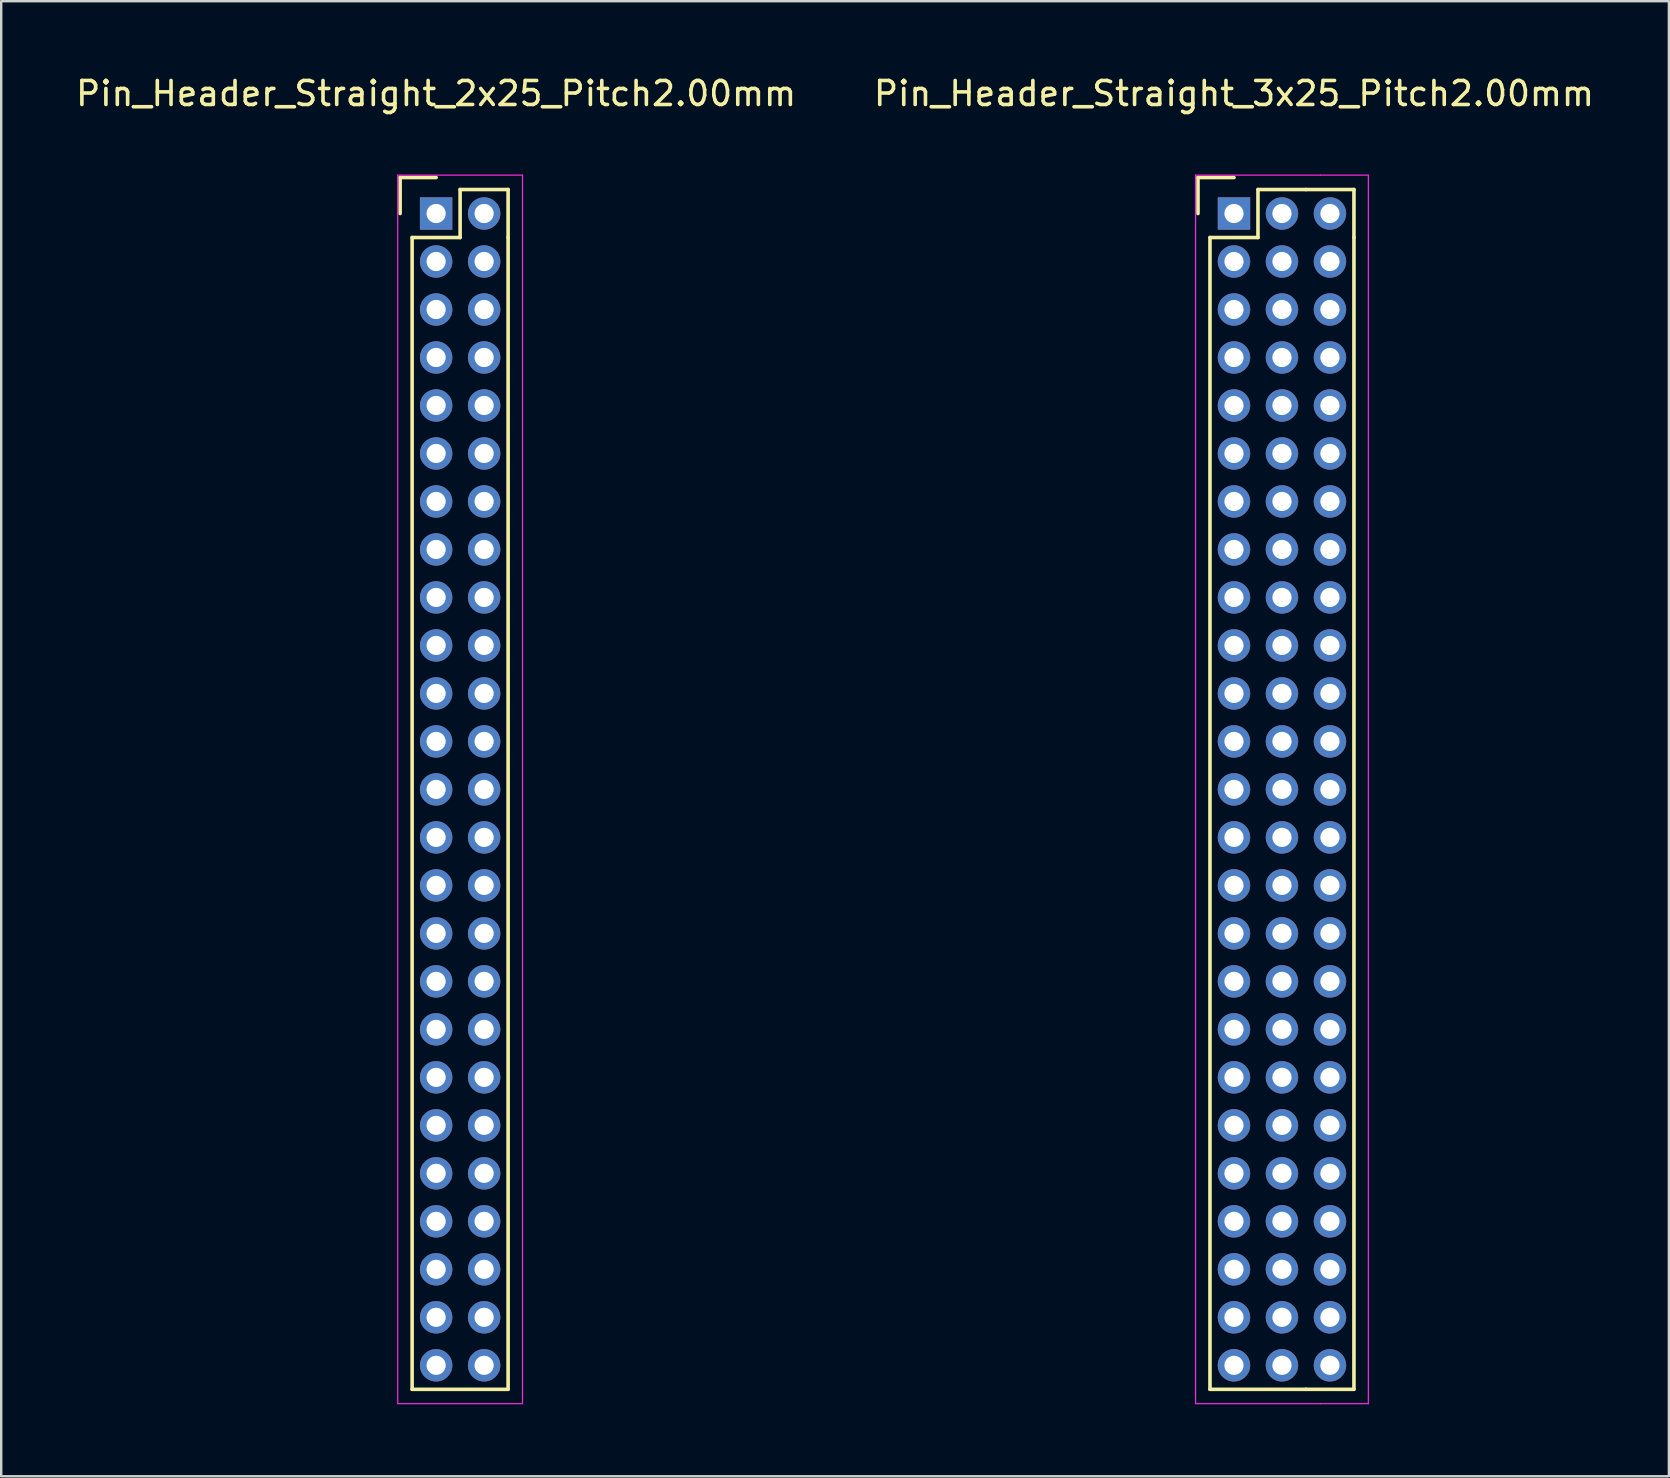
<source format=kicad_pcb>
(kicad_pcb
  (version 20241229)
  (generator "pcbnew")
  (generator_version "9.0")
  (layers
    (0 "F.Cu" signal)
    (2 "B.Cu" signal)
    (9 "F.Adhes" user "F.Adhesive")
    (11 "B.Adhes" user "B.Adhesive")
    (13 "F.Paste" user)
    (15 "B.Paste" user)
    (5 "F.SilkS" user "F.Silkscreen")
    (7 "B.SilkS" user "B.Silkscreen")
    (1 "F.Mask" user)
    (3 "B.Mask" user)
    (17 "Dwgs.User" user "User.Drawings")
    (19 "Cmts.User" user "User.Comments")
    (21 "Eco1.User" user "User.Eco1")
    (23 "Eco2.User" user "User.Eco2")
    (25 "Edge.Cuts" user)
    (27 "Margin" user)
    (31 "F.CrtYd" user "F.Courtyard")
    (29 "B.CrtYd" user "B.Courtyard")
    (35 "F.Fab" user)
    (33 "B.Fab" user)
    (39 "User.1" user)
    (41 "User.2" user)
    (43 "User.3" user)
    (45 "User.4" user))
  (footprint "Pin_Header_Straight_2x25_Pitch2.00mm"
    (layer "F.Cu")
    (at 15.125 5.848)
    (property "Reference" "Pin_Header_Straight_2x25_Pitch2.00mm" (at 0 -5 0) (layer "F.SilkS") (effects (font (size 1 1) (thickness 0.15))))
    (attr through_hole)
    (fp_line (start -1.5 -1.5) (end 0 -1.5) (stroke (width 0.15) (type solid)) (layer "F.SilkS"))
    (fp_line (start -1.5 0) (end -1.5 -1.5) (stroke (width 0.15) (type solid)) (layer "F.SilkS"))
    (fp_line (start -1 1) (end 1 1) (stroke (width 0.15) (type solid)) (layer "F.SilkS"))
    (fp_line (start -1 49) (end -1 1) (stroke (width 0.15) (type solid)) (layer "F.SilkS"))
    (fp_line (start 1 -1) (end 3 -1) (stroke (width 0.15) (type solid)) (layer "F.SilkS"))
    (fp_line (start 1 1) (end 1 -1) (stroke (width 0.15) (type solid)) (layer "F.SilkS"))
    (fp_line (start 3 -1) (end 3 1) (stroke (width 0.15) (type solid)) (layer "F.SilkS"))
    (fp_line (start 3 1) (end 3 49) (stroke (width 0.15) (type solid)) (layer "F.SilkS"))
    (fp_line (start 3 49) (end -1 49) (stroke (width 0.15) (type solid)) (layer "F.SilkS"))
    (fp_line (start -1.6 -1.6) (end 3.6 -1.6) (stroke (width 0.05) (type solid)) (layer "F.CrtYd"))
    (fp_line (start -1.6 49.6) (end -1.6 -1.6) (stroke (width 0.05) (type solid)) (layer "F.CrtYd"))
    (fp_line (start 3.6 -1.6) (end 3.6 49.6) (stroke (width 0.05) (type solid)) (layer "F.CrtYd"))
    (fp_line (start 3.6 49.6) (end -1.6 49.6) (stroke (width 0.05) (type solid)) (layer "F.CrtYd"))
    (pad "1" thru_hole rect (at 0 0) (size 1.35 1.35) (drill 0.8) (layers "*.Cu" "*.Mask"))
    (pad "2" thru_hole circle (at 2 0) (size 1.35 1.35) (drill 0.8) (layers "*.Cu" "*.Mask"))
    (pad "3" thru_hole circle (at 0 2) (size 1.35 1.35) (drill 0.8) (layers "*.Cu" "*.Mask"))
    (pad "4" thru_hole circle (at 2 2) (size 1.35 1.35) (drill 0.8) (layers "*.Cu" "*.Mask"))
    (pad "5" thru_hole circle (at 0 4) (size 1.35 1.35) (drill 0.8) (layers "*.Cu" "*.Mask"))
    (pad "6" thru_hole circle (at 2 4) (size 1.35 1.35) (drill 0.8) (layers "*.Cu" "*.Mask"))
    (pad "7" thru_hole circle (at 0 6) (size 1.35 1.35) (drill 0.8) (layers "*.Cu" "*.Mask"))
    (pad "8" thru_hole circle (at 2 6) (size 1.35 1.35) (drill 0.8) (layers "*.Cu" "*.Mask"))
    (pad "9" thru_hole circle (at 0 8) (size 1.35 1.35) (drill 0.8) (layers "*.Cu" "*.Mask"))
    (pad "10" thru_hole circle (at 2 8) (size 1.35 1.35) (drill 0.8) (layers "*.Cu" "*.Mask"))
    (pad "11" thru_hole circle (at 0 10) (size 1.35 1.35) (drill 0.8) (layers "*.Cu" "*.Mask"))
    (pad "12" thru_hole circle (at 2 10) (size 1.35 1.35) (drill 0.8) (layers "*.Cu" "*.Mask"))
    (pad "13" thru_hole circle (at 0 12) (size 1.35 1.35) (drill 0.8) (layers "*.Cu" "*.Mask"))
    (pad "14" thru_hole circle (at 2 12) (size 1.35 1.35) (drill 0.8) (layers "*.Cu" "*.Mask"))
    (pad "15" thru_hole circle (at 0 14) (size 1.35 1.35) (drill 0.8) (layers "*.Cu" "*.Mask"))
    (pad "16" thru_hole circle (at 2 14) (size 1.35 1.35) (drill 0.8) (layers "*.Cu" "*.Mask"))
    (pad "17" thru_hole circle (at 0 16) (size 1.35 1.35) (drill 0.8) (layers "*.Cu" "*.Mask"))
    (pad "18" thru_hole circle (at 2 16) (size 1.35 1.35) (drill 0.8) (layers "*.Cu" "*.Mask"))
    (pad "19" thru_hole circle (at 0 18) (size 1.35 1.35) (drill 0.8) (layers "*.Cu" "*.Mask"))
    (pad "20" thru_hole circle (at 2 18) (size 1.35 1.35) (drill 0.8) (layers "*.Cu" "*.Mask"))
    (pad "21" thru_hole circle (at 0 20) (size 1.35 1.35) (drill 0.8) (layers "*.Cu" "*.Mask"))
    (pad "22" thru_hole circle (at 2 20) (size 1.35 1.35) (drill 0.8) (layers "*.Cu" "*.Mask"))
    (pad "23" thru_hole circle (at 0 22) (size 1.35 1.35) (drill 0.8) (layers "*.Cu" "*.Mask"))
    (pad "24" thru_hole circle (at 2 22) (size 1.35 1.35) (drill 0.8) (layers "*.Cu" "*.Mask"))
    (pad "25" thru_hole circle (at 0 24) (size 1.35 1.35) (drill 0.8) (layers "*.Cu" "*.Mask"))
    (pad "26" thru_hole circle (at 2 24) (size 1.35 1.35) (drill 0.8) (layers "*.Cu" "*.Mask"))
    (pad "27" thru_hole circle (at 0 26) (size 1.35 1.35) (drill 0.8) (layers "*.Cu" "*.Mask"))
    (pad "28" thru_hole circle (at 2 26) (size 1.35 1.35) (drill 0.8) (layers "*.Cu" "*.Mask"))
    (pad "29" thru_hole circle (at 0 28) (size 1.35 1.35) (drill 0.8) (layers "*.Cu" "*.Mask"))
    (pad "30" thru_hole circle (at 2 28) (size 1.35 1.35) (drill 0.8) (layers "*.Cu" "*.Mask"))
    (pad "31" thru_hole circle (at 0 30) (size 1.35 1.35) (drill 0.8) (layers "*.Cu" "*.Mask"))
    (pad "32" thru_hole circle (at 2 30) (size 1.35 1.35) (drill 0.8) (layers "*.Cu" "*.Mask"))
    (pad "33" thru_hole circle (at 0 32) (size 1.35 1.35) (drill 0.8) (layers "*.Cu" "*.Mask"))
    (pad "34" thru_hole circle (at 2 32) (size 1.35 1.35) (drill 0.8) (layers "*.Cu" "*.Mask"))
    (pad "35" thru_hole circle (at 0 34) (size 1.35 1.35) (drill 0.8) (layers "*.Cu" "*.Mask"))
    (pad "36" thru_hole circle (at 2 34) (size 1.35 1.35) (drill 0.8) (layers "*.Cu" "*.Mask"))
    (pad "37" thru_hole circle (at 0 36) (size 1.35 1.35) (drill 0.8) (layers "*.Cu" "*.Mask"))
    (pad "38" thru_hole circle (at 2 36) (size 1.35 1.35) (drill 0.8) (layers "*.Cu" "*.Mask"))
    (pad "39" thru_hole circle (at 0 38) (size 1.35 1.35) (drill 0.8) (layers "*.Cu" "*.Mask"))
    (pad "40" thru_hole circle (at 2 38) (size 1.35 1.35) (drill 0.8) (layers "*.Cu" "*.Mask"))
    (pad "41" thru_hole circle (at 0 40) (size 1.35 1.35) (drill 0.8) (layers "*.Cu" "*.Mask"))
    (pad "42" thru_hole circle (at 2 40) (size 1.35 1.35) (drill 0.8) (layers "*.Cu" "*.Mask"))
    (pad "43" thru_hole circle (at 0 42) (size 1.35 1.35) (drill 0.8) (layers "*.Cu" "*.Mask"))
    (pad "44" thru_hole circle (at 2 42) (size 1.35 1.35) (drill 0.8) (layers "*.Cu" "*.Mask"))
    (pad "45" thru_hole circle (at 0 44) (size 1.35 1.35) (drill 0.8) (layers "*.Cu" "*.Mask"))
    (pad "46" thru_hole circle (at 2 44) (size 1.35 1.35) (drill 0.8) (layers "*.Cu" "*.Mask"))
    (pad "47" thru_hole circle (at 0 46) (size 1.35 1.35) (drill 0.8) (layers "*.Cu" "*.Mask"))
    (pad "48" thru_hole circle (at 2 46) (size 1.35 1.35) (drill 0.8) (layers "*.Cu" "*.Mask"))
    (pad "49" thru_hole circle (at 0 48) (size 1.35 1.35) (drill 0.8) (layers "*.Cu" "*.Mask"))
    (pad "50" thru_hole circle (at 2 48) (size 1.35 1.35) (drill 0.8) (layers "*.Cu" "*.Mask")))
  (footprint "Pin_Header_Straight_3x25_Pitch2.00mm"
    (layer "F.Cu")
    (at 48.375 5.848)
    (property "Reference" "Pin_Header_Straight_3x25_Pitch2.00mm" (at 0 -5 0) (layer "F.SilkS") (effects (font (size 1 1) (thickness 0.15))))
    (attr through_hole)
    (fp_line (start -1.5 -1.5) (end 0 -1.5) (stroke (width 0.15) (type solid)) (layer "F.SilkS"))
    (fp_line (start -1.5 0) (end -1.5 -1.5) (stroke (width 0.15) (type solid)) (layer "F.SilkS"))
    (fp_line (start -1 1) (end 1 1) (stroke (width 0.15) (type solid)) (layer "F.SilkS"))
    (fp_line (start -1 49) (end -1 1) (stroke (width 0.15) (type solid)) (layer "F.SilkS"))
    (fp_line (start 1 -1) (end 3 -1) (stroke (width 0.15) (type solid)) (layer "F.SilkS"))
    (fp_line (start 1 1) (end 1 -1) (stroke (width 0.15) (type solid)) (layer "F.SilkS"))
    (fp_line (start 3 -1) (end 5 -1) (stroke (width 0.15) (type solid)) (layer "F.SilkS"))
    (fp_line (start 3 49) (end -1 49) (stroke (width 0.15) (type solid)) (layer "F.SilkS"))
    (fp_line (start 3 49) (end 5 49) (stroke (width 0.15) (type solid)) (layer "F.SilkS"))
    (fp_line (start 5 -1) (end 5 1) (stroke (width 0.15) (type solid)) (layer "F.SilkS"))
    (fp_line (start 5 1) (end 5 49) (stroke (width 0.15) (type solid)) (layer "F.SilkS"))
    (fp_line (start -1.6 -1.6) (end 3.6 -1.6) (stroke (width 0.05) (type solid)) (layer "F.CrtYd"))
    (fp_line (start -1.6 49.6) (end -1.6 -1.6) (stroke (width 0.05) (type solid)) (layer "F.CrtYd"))
    (fp_line (start 3.6 -1.6) (end 5.6 -1.6) (stroke (width 0.05) (type solid)) (layer "F.CrtYd"))
    (fp_line (start 3.6 49.6) (end -1.6 49.6) (stroke (width 0.05) (type solid)) (layer "F.CrtYd"))
    (fp_line (start 3.6 49.6) (end 5.6 49.6) (stroke (width 0.05) (type solid)) (layer "F.CrtYd"))
    (fp_line (start 5.6 -1.6) (end 5.6 49.6) (stroke (width 0.05) (type solid)) (layer "F.CrtYd"))
    (pad "1" thru_hole rect (at 0 0) (size 1.35 1.35) (drill 0.8) (layers "*.Cu" "*.Mask"))
    (pad "2" thru_hole circle (at 2 0) (size 1.35 1.35) (drill 0.8) (layers "*.Cu" "*.Mask"))
    (pad "3" thru_hole circle (at 4 0) (size 1.35 1.35) (drill 0.8) (layers "*.Cu" "*.Mask"))
    (pad "4" thru_hole circle (at 0 2) (size 1.35 1.35) (drill 0.8) (layers "*.Cu" "*.Mask"))
    (pad "5" thru_hole circle (at 2 2) (size 1.35 1.35) (drill 0.8) (layers "*.Cu" "*.Mask"))
    (pad "6" thru_hole circle (at 4 2) (size 1.35 1.35) (drill 0.8) (layers "*.Cu" "*.Mask"))
    (pad "7" thru_hole circle (at 0 4) (size 1.35 1.35) (drill 0.8) (layers "*.Cu" "*.Mask"))
    (pad "8" thru_hole circle (at 2 4) (size 1.35 1.35) (drill 0.8) (layers "*.Cu" "*.Mask"))
    (pad "9" thru_hole circle (at 4 4) (size 1.35 1.35) (drill 0.8) (layers "*.Cu" "*.Mask"))
    (pad "10" thru_hole circle (at 0 6) (size 1.35 1.35) (drill 0.8) (layers "*.Cu" "*.Mask"))
    (pad "11" thru_hole circle (at 2 6) (size 1.35 1.35) (drill 0.8) (layers "*.Cu" "*.Mask"))
    (pad "12" thru_hole circle (at 4 6) (size 1.35 1.35) (drill 0.8) (layers "*.Cu" "*.Mask"))
    (pad "13" thru_hole circle (at 0 8) (size 1.35 1.35) (drill 0.8) (layers "*.Cu" "*.Mask"))
    (pad "14" thru_hole circle (at 2 8) (size 1.35 1.35) (drill 0.8) (layers "*.Cu" "*.Mask"))
    (pad "15" thru_hole circle (at 4 8) (size 1.35 1.35) (drill 0.8) (layers "*.Cu" "*.Mask"))
    (pad "16" thru_hole circle (at 0 10) (size 1.35 1.35) (drill 0.8) (layers "*.Cu" "*.Mask"))
    (pad "17" thru_hole circle (at 2 10) (size 1.35 1.35) (drill 0.8) (layers "*.Cu" "*.Mask"))
    (pad "18" thru_hole circle (at 4 10) (size 1.35 1.35) (drill 0.8) (layers "*.Cu" "*.Mask"))
    (pad "19" thru_hole circle (at 0 12) (size 1.35 1.35) (drill 0.8) (layers "*.Cu" "*.Mask"))
    (pad "20" thru_hole circle (at 2 12) (size 1.35 1.35) (drill 0.8) (layers "*.Cu" "*.Mask"))
    (pad "21" thru_hole circle (at 4 12) (size 1.35 1.35) (drill 0.8) (layers "*.Cu" "*.Mask"))
    (pad "22" thru_hole circle (at 0 14) (size 1.35 1.35) (drill 0.8) (layers "*.Cu" "*.Mask"))
    (pad "23" thru_hole circle (at 2 14) (size 1.35 1.35) (drill 0.8) (layers "*.Cu" "*.Mask"))
    (pad "24" thru_hole circle (at 4 14) (size 1.35 1.35) (drill 0.8) (layers "*.Cu" "*.Mask"))
    (pad "25" thru_hole circle (at 0 16) (size 1.35 1.35) (drill 0.8) (layers "*.Cu" "*.Mask"))
    (pad "26" thru_hole circle (at 2 16) (size 1.35 1.35) (drill 0.8) (layers "*.Cu" "*.Mask"))
    (pad "27" thru_hole circle (at 4 16) (size 1.35 1.35) (drill 0.8) (layers "*.Cu" "*.Mask"))
    (pad "28" thru_hole circle (at 0 18) (size 1.35 1.35) (drill 0.8) (layers "*.Cu" "*.Mask"))
    (pad "29" thru_hole circle (at 2 18) (size 1.35 1.35) (drill 0.8) (layers "*.Cu" "*.Mask"))
    (pad "30" thru_hole circle (at 4 18) (size 1.35 1.35) (drill 0.8) (layers "*.Cu" "*.Mask"))
    (pad "31" thru_hole circle (at 0 20) (size 1.35 1.35) (drill 0.8) (layers "*.Cu" "*.Mask"))
    (pad "32" thru_hole circle (at 2 20) (size 1.35 1.35) (drill 0.8) (layers "*.Cu" "*.Mask"))
    (pad "33" thru_hole circle (at 4 20) (size 1.35 1.35) (drill 0.8) (layers "*.Cu" "*.Mask"))
    (pad "34" thru_hole circle (at 0 22) (size 1.35 1.35) (drill 0.8) (layers "*.Cu" "*.Mask"))
    (pad "35" thru_hole circle (at 2 22) (size 1.35 1.35) (drill 0.8) (layers "*.Cu" "*.Mask"))
    (pad "36" thru_hole circle (at 4 22) (size 1.35 1.35) (drill 0.8) (layers "*.Cu" "*.Mask"))
    (pad "37" thru_hole circle (at 0 24) (size 1.35 1.35) (drill 0.8) (layers "*.Cu" "*.Mask"))
    (pad "38" thru_hole circle (at 2 24) (size 1.35 1.35) (drill 0.8) (layers "*.Cu" "*.Mask"))
    (pad "39" thru_hole circle (at 4 24) (size 1.35 1.35) (drill 0.8) (layers "*.Cu" "*.Mask"))
    (pad "40" thru_hole circle (at 0 26) (size 1.35 1.35) (drill 0.8) (layers "*.Cu" "*.Mask"))
    (pad "41" thru_hole circle (at 2 26) (size 1.35 1.35) (drill 0.8) (layers "*.Cu" "*.Mask"))
    (pad "42" thru_hole circle (at 4 26) (size 1.35 1.35) (drill 0.8) (layers "*.Cu" "*.Mask"))
    (pad "43" thru_hole circle (at 0 28) (size 1.35 1.35) (drill 0.8) (layers "*.Cu" "*.Mask"))
    (pad "44" thru_hole circle (at 2 28) (size 1.35 1.35) (drill 0.8) (layers "*.Cu" "*.Mask"))
    (pad "45" thru_hole circle (at 4 28) (size 1.35 1.35) (drill 0.8) (layers "*.Cu" "*.Mask"))
    (pad "46" thru_hole circle (at 0 30) (size 1.35 1.35) (drill 0.8) (layers "*.Cu" "*.Mask"))
    (pad "47" thru_hole circle (at 2 30) (size 1.35 1.35) (drill 0.8) (layers "*.Cu" "*.Mask"))
    (pad "48" thru_hole circle (at 4 30) (size 1.35 1.35) (drill 0.8) (layers "*.Cu" "*.Mask"))
    (pad "49" thru_hole circle (at 0 32) (size 1.35 1.35) (drill 0.8) (layers "*.Cu" "*.Mask"))
    (pad "50" thru_hole circle (at 2 32) (size 1.35 1.35) (drill 0.8) (layers "*.Cu" "*.Mask"))
    (pad "51" thru_hole circle (at 4 32) (size 1.35 1.35) (drill 0.8) (layers "*.Cu" "*.Mask"))
    (pad "52" thru_hole circle (at 0 34) (size 1.35 1.35) (drill 0.8) (layers "*.Cu" "*.Mask"))
    (pad "53" thru_hole circle (at 2 34) (size 1.35 1.35) (drill 0.8) (layers "*.Cu" "*.Mask"))
    (pad "54" thru_hole circle (at 4 34) (size 1.35 1.35) (drill 0.8) (layers "*.Cu" "*.Mask"))
    (pad "55" thru_hole circle (at 0 36) (size 1.35 1.35) (drill 0.8) (layers "*.Cu" "*.Mask"))
    (pad "56" thru_hole circle (at 2 36) (size 1.35 1.35) (drill 0.8) (layers "*.Cu" "*.Mask"))
    (pad "57" thru_hole circle (at 4 36) (size 1.35 1.35) (drill 0.8) (layers "*.Cu" "*.Mask"))
    (pad "58" thru_hole circle (at 0 38) (size 1.35 1.35) (drill 0.8) (layers "*.Cu" "*.Mask"))
    (pad "59" thru_hole circle (at 2 38) (size 1.35 1.35) (drill 0.8) (layers "*.Cu" "*.Mask"))
    (pad "60" thru_hole circle (at 4 38) (size 1.35 1.35) (drill 0.8) (layers "*.Cu" "*.Mask"))
    (pad "61" thru_hole circle (at 0 40) (size 1.35 1.35) (drill 0.8) (layers "*.Cu" "*.Mask"))
    (pad "62" thru_hole circle (at 2 40) (size 1.35 1.35) (drill 0.8) (layers "*.Cu" "*.Mask"))
    (pad "63" thru_hole circle (at 4 40) (size 1.35 1.35) (drill 0.8) (layers "*.Cu" "*.Mask"))
    (pad "64" thru_hole circle (at 0 42) (size 1.35 1.35) (drill 0.8) (layers "*.Cu" "*.Mask"))
    (pad "65" thru_hole circle (at 2 42) (size 1.35 1.35) (drill 0.8) (layers "*.Cu" "*.Mask"))
    (pad "66" thru_hole circle (at 4 42) (size 1.35 1.35) (drill 0.8) (layers "*.Cu" "*.Mask"))
    (pad "67" thru_hole circle (at 0 44) (size 1.35 1.35) (drill 0.8) (layers "*.Cu" "*.Mask"))
    (pad "68" thru_hole circle (at 2 44) (size 1.35 1.35) (drill 0.8) (layers "*.Cu" "*.Mask"))
    (pad "69" thru_hole circle (at 4 44) (size 1.35 1.35) (drill 0.8) (layers "*.Cu" "*.Mask"))
    (pad "70" thru_hole circle (at 0 46) (size 1.35 1.35) (drill 0.8) (layers "*.Cu" "*.Mask"))
    (pad "71" thru_hole circle (at 2 46) (size 1.35 1.35) (drill 0.8) (layers "*.Cu" "*.Mask"))
    (pad "72" thru_hole circle (at 4 46) (size 1.35 1.35) (drill 0.8) (layers "*.Cu" "*.Mask"))
    (pad "73" thru_hole circle (at 0 48) (size 1.35 1.35) (drill 0.8) (layers "*.Cu" "*.Mask"))
    (pad "74" thru_hole circle (at 2 48) (size 1.35 1.35) (drill 0.8) (layers "*.Cu" "*.Mask"))
    (pad "75" thru_hole circle (at 4 48) (size 1.35 1.35) (drill 0.8) (layers "*.Cu" "*.Mask")))
  (gr_rect
    (start -3 -3)
    (end 66.5 58.473)
    (stroke (width 0.1) (type default))
    (fill no)
    (layer "Edge.Cuts")))
</source>
